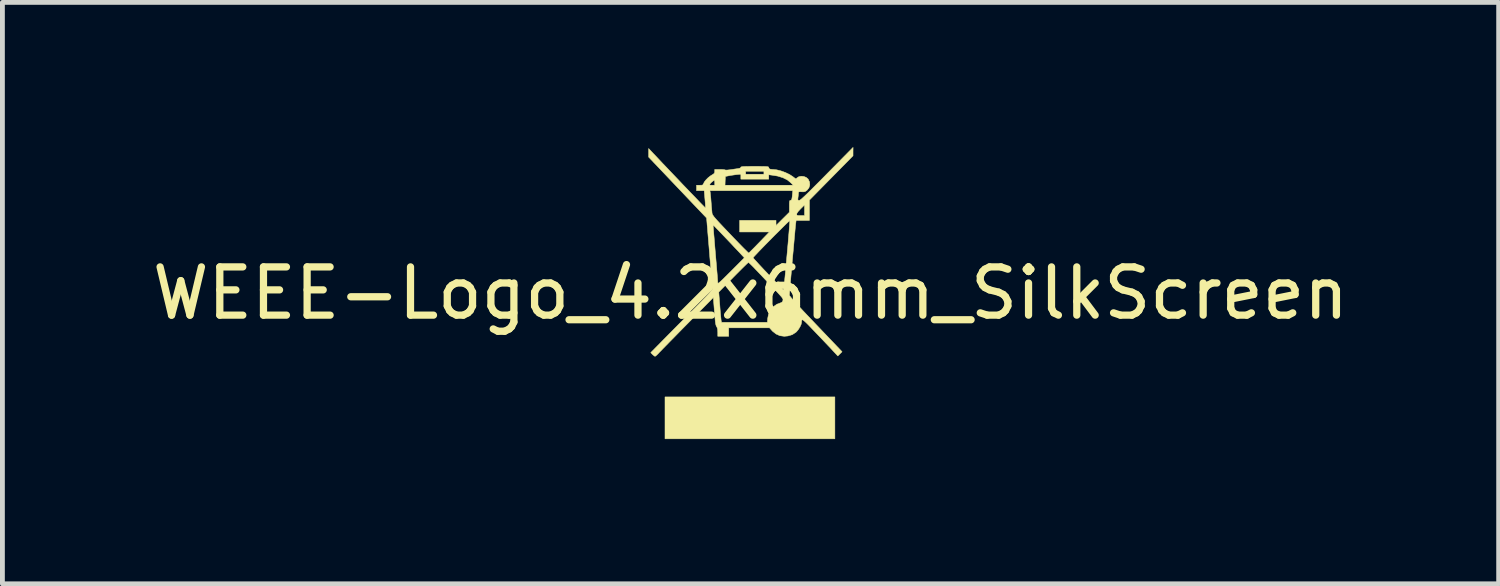
<source format=kicad_pcb>
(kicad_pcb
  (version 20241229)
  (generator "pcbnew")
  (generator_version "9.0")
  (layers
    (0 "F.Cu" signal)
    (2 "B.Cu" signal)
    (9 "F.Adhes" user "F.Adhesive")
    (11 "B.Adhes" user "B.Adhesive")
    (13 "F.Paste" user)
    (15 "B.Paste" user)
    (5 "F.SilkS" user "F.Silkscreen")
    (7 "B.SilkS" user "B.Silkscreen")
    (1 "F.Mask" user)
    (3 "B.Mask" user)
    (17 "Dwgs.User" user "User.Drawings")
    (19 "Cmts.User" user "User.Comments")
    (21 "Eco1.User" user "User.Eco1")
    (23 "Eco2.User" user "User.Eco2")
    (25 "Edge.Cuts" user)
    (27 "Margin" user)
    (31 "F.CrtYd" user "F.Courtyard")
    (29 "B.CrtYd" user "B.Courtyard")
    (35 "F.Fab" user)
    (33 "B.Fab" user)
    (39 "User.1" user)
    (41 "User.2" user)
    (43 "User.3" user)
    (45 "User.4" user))
  (footprint "WEEE-Logo_4.2x6mm_SilkScreen"
    (layer "F.Cu")
    (at 12.506 3.027)
    (property "Reference" "WEEE-Logo_4.2x6mm_SilkScreen" (at 0 0 0) (layer "F.SilkS") (effects (font (size 1 1) (thickness 0.15))))
    (attr board_only exclude_from_pos_files exclude_from_bom allow_missing_courtyard)
    (fp_poly (pts (xy 1.748 3.018) (xy -1.773 3.018) (xy -1.773 2.15) (xy 1.748 2.15) (xy 1.748 3.018)) (stroke (width 0.01) (type solid)) (fill yes) (layer "F.SilkS"))
    (fp_poly (pts (xy 2.124 -2.935) (xy 2.124 -2.848) (xy 1.672 -2.389) (xy 1.22 -1.93) (xy 1.22 -1.72) (xy 1.22 -1.509) (xy 0.945 -1.509) (xy 0.938 -1.455) (xy 0.935 -1.431) (xy 0.93 -1.385) (xy 0.924 -1.321) (xy 0.917 -1.24) (xy 0.908 -1.146) (xy 0.899 -1.041) (xy 0.889 -0.929) (xy 0.878 -0.811) (xy 0.867 -0.692) (xy 0.857 -0.572) (xy 0.847 -0.456) (xy 0.837 -0.345) (xy 0.828 -0.243) (xy 0.821 -0.153) (xy 0.814 -0.076) (xy 0.809 -0.017) (xy 0.806 0.024) (xy 0.805 0.042) (xy 0.805 0.042) (xy 0.813 0.056) (xy 0.836 0.086) (xy 0.875 0.131) (xy 0.93 0.193) (xy 1.001 0.27) (xy 1.089 0.365) (xy 1.194 0.476) (xy 1.317 0.605) (xy 1.351 0.641) (xy 1.897 1.213) (xy 1.809 1.301) (xy 1.737 1.224) (xy 1.711 1.196) (xy 1.671 1.152) (xy 1.618 1.096) (xy 1.556 1.031) (xy 1.487 0.958) (xy 1.414 0.882) (xy 1.371 0.837) (xy 1.289 0.751) (xy 1.224 0.683) (xy 1.172 0.63) (xy 1.132 0.592) (xy 1.103 0.567) (xy 1.083 0.554) (xy 1.07 0.552) (xy 1.062 0.56) (xy 1.059 0.575) (xy 1.057 0.598) (xy 1.057 0.604) (xy 1.048 0.647) (xy 1.024 0.699) (xy 0.992 0.751) (xy 0.955 0.796) (xy 0.94 0.81) (xy 0.865 0.859) (xy 0.776 0.886) (xy 0.698 0.893) (xy 0.609 0.881) (xy 0.528 0.845) (xy 0.455 0.787) (xy 0.442 0.772) (xy 0.393 0.717) (xy -0.453 0.717) (xy -0.453 0.893) (xy -0.679 0.893) (xy -0.679 0.811) (xy -0.682 0.754) (xy -0.691 0.715) (xy -0.703 0.694) (xy -0.711 0.679) (xy -0.718 0.657) (xy -0.725 0.625) (xy -0.731 0.58) (xy -0.737 0.518) (xy -0.744 0.436) (xy -0.749 0.375) (xy -0.771 0.089) (xy -1.314 0.639) (xy -1.412 0.738) (xy -1.506 0.834) (xy -1.594 0.924) (xy -1.675 1.006) (xy -1.747 1.08) (xy -1.809 1.143) (xy -1.857 1.193) (xy -1.892 1.228) (xy -1.91 1.248) (xy -1.941 1.279) (xy -1.966 1.301) (xy -1.98 1.308) (xy -1.997 1.299) (xy -2.022 1.278) (xy -2.031 1.27) (xy -2.068 1.232) (xy -1.867 1.028) (xy -1.816 0.976) (xy -1.75 0.909) (xy -1.672 0.83) (xy -1.585 0.742) (xy -1.492 0.648) (xy -1.395 0.551) (xy -1.298 0.453) (xy -1.229 0.383) (xy -1.124 0.277) (xy -1.035 0.186) (xy -0.962 0.111) (xy -0.904 0.05) (xy -0.859 0.001) (xy -0.837 -0.024) (xy -0.659 -0.024) (xy -0.636 0.262) (xy -0.63 0.345) (xy -0.623 0.422) (xy -0.617 0.487) (xy -0.612 0.537) (xy -0.609 0.568) (xy -0.607 0.575) (xy -0.601 0.604) (xy 0.349 0.604) (xy 0.355 0.525) (xy 0.374 0.431) (xy 0.414 0.349) (xy 0.473 0.28) (xy 0.547 0.228) (xy 0.63 0.197) (xy 0.657 0.182) (xy 0.671 0.151) (xy 0.671 0.149) (xy 0.673 0.136) (xy 0.671 0.123) (xy 0.663 0.106) (xy 0.648 0.084) (xy 0.623 0.055) (xy 0.587 0.015) (xy 0.538 -0.038) (xy 0.473 -0.107) (xy 0.468 -0.111) (xy 0.399 -0.184) (xy 0.324 -0.263) (xy 0.251 -0.34) (xy 0.183 -0.412) (xy 0.126 -0.472) (xy 0.113 -0.485) (xy 0.065 -0.536) (xy 0.021 -0.58) (xy -0.013 -0.613) (xy -0.036 -0.633) (xy -0.044 -0.637) (xy -0.056 -0.628) (xy -0.083 -0.603) (xy -0.123 -0.564) (xy -0.175 -0.513) (xy -0.235 -0.453) (xy -0.303 -0.385) (xy -0.358 -0.329) (xy -0.659 -0.024) (xy -0.837 -0.024) (xy -0.827 -0.036) (xy -0.805 -0.062) (xy -0.794 -0.08) (xy -0.792 -0.088) (xy -0.793 -0.106) (xy -0.796 -0.147) (xy -0.8 -0.208) (xy -0.806 -0.287) (xy -0.814 -0.382) (xy -0.823 -0.49) (xy -0.832 -0.609) (xy -0.843 -0.737) (xy -0.851 -0.839) (xy -0.899 -1.415) (xy -0.776 -1.415) (xy -0.775 -1.403) (xy -0.773 -1.368) (xy -0.768 -1.313) (xy -0.763 -1.24) (xy -0.755 -1.152) (xy -0.747 -1.052) (xy -0.738 -0.941) (xy -0.729 -0.836) (xy -0.719 -0.717) (xy -0.709 -0.604) (xy -0.701 -0.501) (xy -0.693 -0.41) (xy -0.687 -0.333) (xy -0.683 -0.274) (xy -0.68 -0.235) (xy -0.679 -0.22) (xy -0.678 -0.211) (xy -0.673 -0.207) (xy -0.663 -0.211) (xy -0.646 -0.223) (xy -0.62 -0.245) (xy -0.583 -0.28) (xy -0.534 -0.328) (xy -0.471 -0.391) (xy -0.403 -0.458) (xy -0.128 -0.734) (xy -0.13 -0.736) (xy 0.053 -0.736) (xy 0.061 -0.724) (xy 0.084 -0.697) (xy 0.12 -0.658) (xy 0.166 -0.607) (xy 0.22 -0.549) (xy 0.28 -0.485) (xy 0.343 -0.419) (xy 0.407 -0.351) (xy 0.47 -0.285) (xy 0.529 -0.224) (xy 0.582 -0.169) (xy 0.626 -0.124) (xy 0.66 -0.09) (xy 0.681 -0.07) (xy 0.686 -0.066) (xy 0.688 -0.079) (xy 0.692 -0.115) (xy 0.698 -0.171) (xy 0.705 -0.246) (xy 0.714 -0.337) (xy 0.724 -0.441) (xy 0.734 -0.557) (xy 0.746 -0.683) (xy 0.755 -0.784) (xy 0.767 -0.916) (xy 0.778 -1.039) (xy 0.787 -1.153) (xy 0.796 -1.255) (xy 0.803 -1.343) (xy 0.808 -1.413) (xy 0.812 -1.465) (xy 0.814 -1.496) (xy 0.814 -1.504) (xy 0.804 -1.497) (xy 0.778 -1.474) (xy 0.74 -1.438) (xy 0.691 -1.39) (xy 0.633 -1.332) (xy 0.569 -1.268) (xy 0.5 -1.2) (xy 0.429 -1.128) (xy 0.359 -1.057) (xy 0.29 -0.987) (xy 0.227 -0.922) (xy 0.17 -0.863) (xy 0.122 -0.812) (xy 0.085 -0.773) (xy 0.061 -0.747) (xy 0.053 -0.736) (xy -0.13 -0.736) (xy -0.23 -0.844) (xy -0.283 -0.9) (xy -0.342 -0.962) (xy -0.404 -1.029) (xy -0.469 -1.097) (xy -0.533 -1.164) (xy -0.594 -1.228) (xy -0.65 -1.287) (xy -0.699 -1.337) (xy -0.737 -1.377) (xy -0.764 -1.404) (xy -0.775 -1.415) (xy -0.776 -1.415) (xy -0.899 -1.415) (xy -0.911 -1.559) (xy -1.512 -2.191) (xy -2.112 -2.822) (xy -2.112 -2.911) (xy -2.112 -2.999) (xy -2.015 -2.895) (xy -1.96 -2.838) (xy -1.896 -2.77) (xy -1.824 -2.693) (xy -1.745 -2.611) (xy -1.662 -2.523) (xy -1.576 -2.433) (xy -1.489 -2.342) (xy -1.403 -2.251) (xy -1.318 -2.163) (xy -1.238 -2.079) (xy -1.163 -2.002) (xy -1.096 -1.932) (xy -1.039 -1.872) (xy -0.992 -1.824) (xy -0.957 -1.789) (xy -0.938 -1.77) (xy -0.933 -1.766) (xy -0.933 -1.779) (xy -0.935 -1.813) (xy -0.938 -1.862) (xy -0.943 -1.923) (xy -0.945 -1.947) (xy -0.96 -2.125) (xy -0.843 -2.125) (xy -0.837 -2.097) (xy -0.834 -2.074) (xy -0.83 -2.032) (xy -0.824 -1.976) (xy -0.819 -1.91) (xy -0.817 -1.886) (xy -0.812 -1.817) (xy -0.806 -1.752) (xy -0.801 -1.698) (xy -0.798 -1.662) (xy -0.797 -1.655) (xy -0.793 -1.642) (xy -0.786 -1.626) (xy -0.773 -1.606) (xy -0.754 -1.58) (xy -0.726 -1.547) (xy -0.688 -1.504) (xy -0.638 -1.45) (xy -0.575 -1.383) (xy -0.497 -1.301) (xy -0.418 -1.218) (xy -0.34 -1.136) (xy -0.266 -1.06) (xy -0.2 -0.992) (xy -0.142 -0.933) (xy -0.095 -0.887) (xy -0.061 -0.853) (xy -0.041 -0.835) (xy -0.037 -0.833) (xy -0.026 -0.842) (xy 0.000029 -0.868) (xy 0.038 -0.906) (xy 0.087 -0.955) (xy 0.142 -1.012) (xy 0.182 -1.053) (xy 0.392 -1.27) (xy -0.226 -1.27) (xy -0.226 -1.509) (xy 0.528 -1.509) (xy 0.528 -1.402) (xy 0.666 -1.54) (xy 0.765 -1.638) (xy 0.956 -1.638) (xy 0.957 -1.623) (xy 0.967 -1.614) (xy 0.989 -1.61) (xy 1.03 -1.61) (xy 1.037 -1.61) (xy 1.119 -1.61) (xy 1.119 -1.829) (xy 1.037 -1.748) (xy 0.991 -1.699) (xy 0.964 -1.661) (xy 0.956 -1.638) (xy 0.765 -1.638) (xy 0.805 -1.678) (xy 0.805 -1.801) (xy 0.805 -1.858) (xy 0.807 -1.893) (xy 0.811 -1.913) (xy 0.818 -1.922) (xy 0.829 -1.924) (xy 0.841 -1.927) (xy 0.85 -1.937) (xy 0.857 -1.96) (xy 0.863 -1.998) (xy 0.869 -2.057) (xy 0.871 -2.078) (xy 0.875 -2.125) (xy -0.843 -2.125) (xy -0.96 -2.125) (xy -1.119 -2.125) (xy -1.119 -2.238) (xy -1.051 -2.238) (xy -1.012 -2.239) (xy -0.99 -2.245) (xy -0.987 -2.248) (xy -0.849 -2.248) (xy -0.841 -2.241) (xy -0.816 -2.238) (xy -0.799 -2.238) (xy -0.742 -2.238) (xy -0.529 -2.238) (xy 0.885 -2.238) (xy 0.837 -2.287) (xy 0.763 -2.348) (xy 0.671 -2.394) (xy 0.56 -2.428) (xy 0.45 -2.446) (xy 0.377 -2.455) (xy 0.377 -2.364) (xy -0.201 -2.364) (xy -0.201 -2.467) (xy -0.286 -2.459) (xy -0.345 -2.451) (xy -0.409 -2.442) (xy -0.446 -2.435) (xy -0.522 -2.42) (xy -0.526 -2.329) (xy -0.529 -2.238) (xy -0.742 -2.238) (xy -0.742 -2.289) (xy -0.744 -2.32) (xy -0.748 -2.338) (xy -0.749 -2.339) (xy -0.768 -2.331) (xy -0.795 -2.311) (xy -0.822 -2.287) (xy -0.841 -2.265) (xy -0.843 -2.262) (xy -0.849 -2.248) (xy -0.987 -2.248) (xy -0.98 -2.257) (xy -0.975 -2.27) (xy -0.958 -2.305) (xy -0.925 -2.347) (xy -0.882 -2.391) (xy -0.834 -2.429) (xy -0.803 -2.449) (xy -0.767 -2.471) (xy -0.749 -2.49) (xy -0.742 -2.511) (xy -0.742 -2.524) (xy -0.742 -2.527) (xy -0.101 -2.527) (xy -0.101 -2.465) (xy 0.277 -2.465) (xy 0.277 -2.527) (xy -0.101 -2.527) (xy -0.742 -2.527) (xy -0.742 -2.565) (xy -0.636 -2.565) (xy -0.587 -2.564) (xy -0.549 -2.561) (xy -0.528 -2.556) (xy -0.526 -2.555) (xy -0.513 -2.552) (xy -0.48 -2.553) (xy -0.434 -2.558) (xy -0.402 -2.562) (xy -0.345 -2.571) (xy -0.293 -2.578) (xy -0.254 -2.584) (xy -0.242 -2.586) (xy -0.212 -2.595) (xy -0.201 -2.61) (xy -0.198 -2.616) (xy -0.186 -2.62) (xy -0.163 -2.624) (xy -0.126 -2.626) (xy -0.072 -2.627) (xy 0.001 -2.628) (xy 0.088 -2.628) (xy 0.181 -2.628) (xy 0.251 -2.627) (xy 0.302 -2.626) (xy 0.337 -2.624) (xy 0.359 -2.621) (xy 0.371 -2.617) (xy 0.376 -2.611) (xy 0.377 -2.604) (xy 0.385 -2.582) (xy 0.41 -2.57) (xy 0.456 -2.565) (xy 0.464 -2.565) (xy 0.542 -2.557) (xy 0.63 -2.535) (xy 0.721 -2.502) (xy 0.807 -2.461) (xy 0.879 -2.414) (xy 0.888 -2.407) (xy 0.919 -2.383) (xy 0.937 -2.373) (xy 0.949 -2.377) (xy 0.962 -2.389) (xy 1 -2.414) (xy 1.05 -2.424) (xy 1.104 -2.419) (xy 1.153 -2.4) (xy 1.191 -2.368) (xy 1.194 -2.365) (xy 1.223 -2.305) (xy 1.228 -2.244) (xy 1.211 -2.186) (xy 1.171 -2.135) (xy 1.166 -2.131) (xy 1.138 -2.111) (xy 1.11 -2.102) (xy 1.07 -2.101) (xy 1.06 -2.102) (xy 1.021 -2.103) (xy 1.001 -2.1) (xy 0.994 -2.09) (xy 0.993 -2.081) (xy 0.992 -2.054) (xy 0.988 -2.014) (xy 0.985 -1.99) (xy 0.981 -1.952) (xy 0.983 -1.932) (xy 0.992 -1.925) (xy 1.009 -1.924) (xy 1.019 -1.927) (xy 1.036 -1.938) (xy 1.059 -1.956) (xy 1.091 -1.985) (xy 1.133 -2.024) (xy 1.186 -2.075) (xy 1.251 -2.139) (xy 1.329 -2.217) (xy 1.422 -2.31) (xy 1.531 -2.42) (xy 1.583 -2.473) (xy 2.125 -3.022) (xy 2.124 -2.935)) (stroke (width 0.01) (type solid)) (fill yes) (layer "F.SilkS")))
  (gr_rect
    (start -3 -3)
    (end 28.012 9.05)
    (stroke (width 0.1) (type default))
    (fill no)
    (layer "Edge.Cuts")))
</source>
